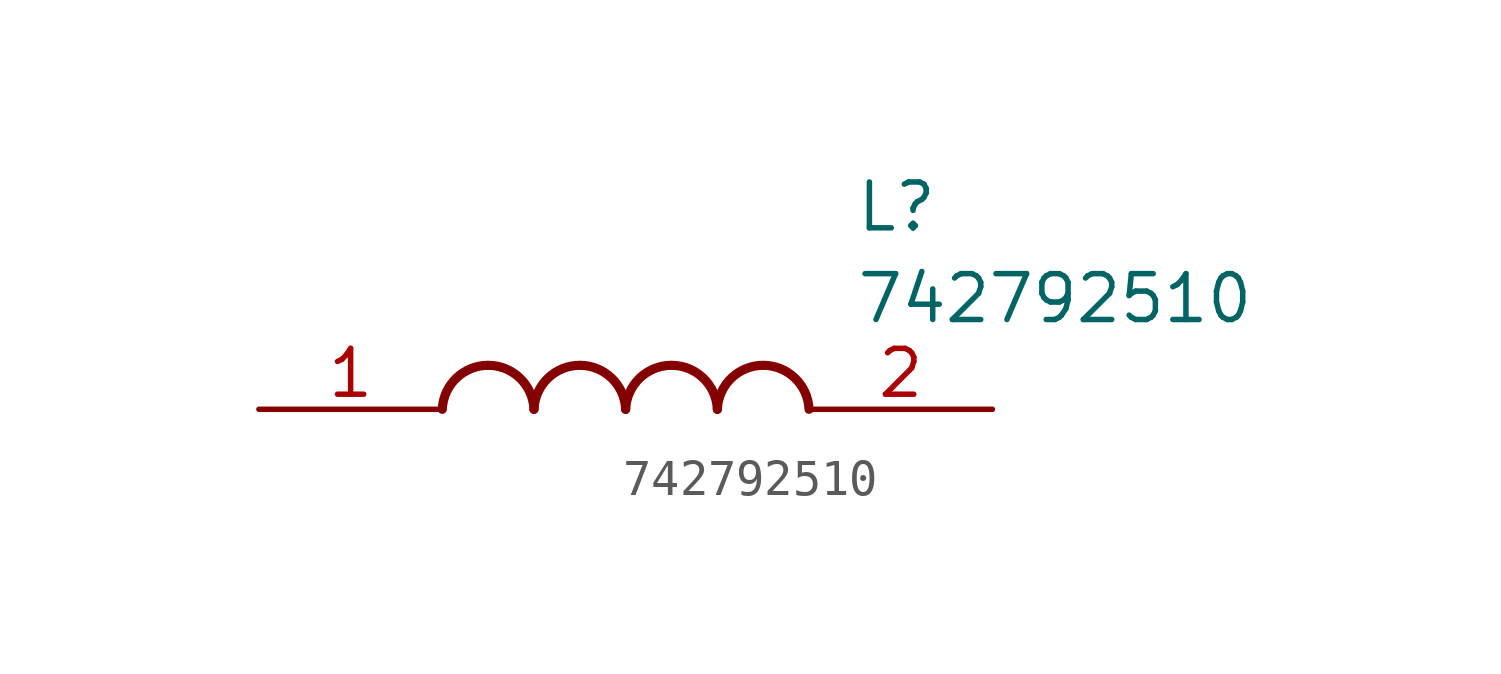
<source format=kicad_sym>
(kicad_symbol_lib
  (version 20211014)
  (generator SamacSys_ECAD_Model)
  (symbol "742792510"
    (pin_names hide)
    (property "Reference" "L"
      (at 16.51 6.35 0)
      (effects (font (size 1.27 1.27)) (justify left top)))
    (property "Value" "742792510"
      (at 16.51 3.81 0)
      (effects (font (size 1.27 1.27)) (justify left top)))
    (arc
      (start 7.62 0)
      (mid 6.35 1.219)
      (end 5.08 0)
      (stroke (width 0.254) (type default))
      (fill (type none)))
    (arc
      (start 10.16 0)
      (mid 8.89 1.219)
      (end 7.62 0)
      (stroke (width 0.254) (type default))
      (fill (type none)))
    (arc
      (start 12.7 0)
      (mid 11.43 1.219)
      (end 10.16 0)
      (stroke (width 0.254) (type default))
      (fill (type none)))
    (arc
      (start 15.24 0)
      (mid 13.97 1.219)
      (end 12.7 0)
      (stroke (width 0.254) (type default))
      (fill (type none)))
    (pin passive line
      (at 0 0 0)
      (length 5.08)
      (name "1" (effects (font (size 1.27 1.27))))
      (number "1" (effects (font (size 1.27 1.27)))))
    (pin passive line
      (at 20.32 0 180)
      (length 5.08)
      (name "2" (effects (font (size 1.27 1.27))))
      (number "2" (effects (font (size 1.27 1.27)))))))
</source>
